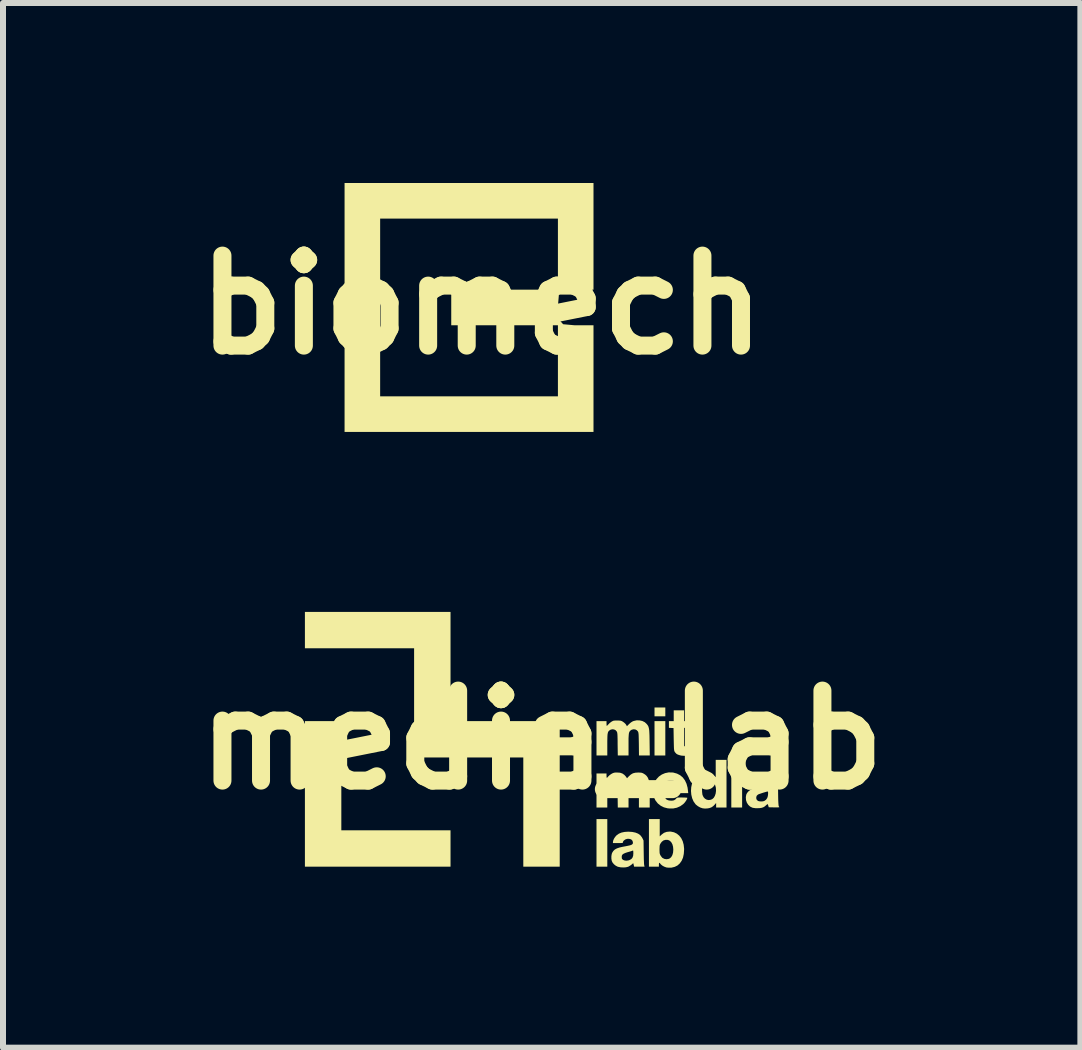
<source format=kicad_pcb>
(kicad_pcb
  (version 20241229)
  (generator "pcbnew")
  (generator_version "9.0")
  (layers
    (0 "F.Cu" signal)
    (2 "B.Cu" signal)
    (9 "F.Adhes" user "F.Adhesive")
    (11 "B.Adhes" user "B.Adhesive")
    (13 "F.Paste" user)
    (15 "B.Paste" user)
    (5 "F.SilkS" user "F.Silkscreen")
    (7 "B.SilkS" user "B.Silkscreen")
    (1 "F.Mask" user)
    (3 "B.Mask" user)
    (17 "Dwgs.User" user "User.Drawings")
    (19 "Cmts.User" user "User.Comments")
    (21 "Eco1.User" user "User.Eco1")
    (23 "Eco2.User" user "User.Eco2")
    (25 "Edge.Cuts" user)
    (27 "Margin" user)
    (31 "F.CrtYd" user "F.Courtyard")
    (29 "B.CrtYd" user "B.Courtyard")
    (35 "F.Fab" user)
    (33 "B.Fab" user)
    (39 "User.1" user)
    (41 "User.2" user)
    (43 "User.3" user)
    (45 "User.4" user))
  (footprint "biomech"
    (layer "F.Cu")
    (at 4.979 2.032)
    (property "Reference" "biomech" (at 0 0 0) (layer "F.SilkS") (effects (font (size 1.5 1.5) (thickness 0.3))))
    (attr board_only exclude_from_pos_files exclude_from_bom)
    (fp_poly (pts (xy 1.863 -1.143) (xy 1.863 -0.254) (xy 1.566 -0.254) (xy 1.368 -0.241) (xy 1.286 -0.167) (xy 1.27 0.02) (xy 1.27 0.042) (xy 1.283 0.241) (xy 1.357 0.322) (xy 1.544 0.339) (xy 1.566 0.339) (xy 1.863 0.339) (xy 1.863 1.228) (xy 1.863 2.117) (xy -0.212 2.117) (xy -2.286 2.117) (xy -2.286 0.042) (xy -2.286 -1.439) (xy -1.693 -1.439) (xy -1.693 0.042) (xy -1.693 1.524) (xy -0.212 1.524) (xy 1.27 1.524) (xy 1.27 0.931) (xy 1.27 0.339) (xy 0.381 0.339) (xy -0.508 0.339) (xy -0.508 0.042) (xy -0.508 -0.254) (xy 0.381 -0.254) (xy 1.27 -0.254) (xy 1.27 -0.847) (xy 1.27 -1.439) (xy -0.212 -1.439) (xy -1.693 -1.439) (xy -2.286 -1.439) (xy -2.286 -2.032) (xy -0.212 -2.032) (xy 1.863 -2.032)) (stroke (width 0) (type solid)) (fill yes) (layer "F.SilkS")))
  (footprint "media_lab"
    (layer "F.Cu")
    (at 5.979 9.282)
    (property "Reference" "media_lab" (at 0 0 0) (layer "F.SilkS") (effects (font (size 1.5 1.5) (thickness 0.3))))
    (attr board_only exclude_from_pos_files exclude_from_bom)
    (fp_poly (pts (xy 1.093 1.717) (xy 1.093 2.113) (xy 1.003 2.113) (xy 0.913 2.113) (xy 0.913 1.717) (xy 0.913 1.32) (xy 1.003 1.32) (xy 1.093 1.32)) (stroke (width 0) (type solid)) (fill yes) (layer "F.SilkS"))
    (fp_poly (pts (xy 2.06 -0.467) (xy 2.06 -0.393) (xy 1.97 -0.393) (xy 1.88 -0.393) (xy 1.88 -0.467) (xy 1.88 -0.54) (xy 1.97 -0.54) (xy 2.06 -0.54)) (stroke (width 0) (type solid)) (fill yes) (layer "F.SilkS"))
    (fp_poly (pts (xy 2.06 -0.027) (xy 2.06 0.26) (xy 1.97 0.26) (xy 1.88 0.26) (xy 1.88 -0.027) (xy 1.88 -0.313) (xy 1.97 -0.313) (xy 2.06 -0.313)) (stroke (width 0) (type solid)) (fill yes) (layer "F.SilkS"))
    (fp_poly (pts (xy 3.34 0.403) (xy 3.34 0.473) (xy 3.25 0.473) (xy 3.16 0.473) (xy 3.16 0.403) (xy 3.16 0.333) (xy 3.25 0.333) (xy 3.34 0.333)) (stroke (width 0) (type solid)) (fill yes) (layer "F.SilkS"))
    (fp_poly (pts (xy 3.34 0.843) (xy 3.34 1.127) (xy 3.25 1.127) (xy 3.16 1.127) (xy 3.16 0.843) (xy 3.16 0.56) (xy 3.25 0.56) (xy 3.34 0.56)) (stroke (width 0) (type solid)) (fill yes) (layer "F.SilkS"))
    (fp_poly (pts (xy -3.34 0.597) (xy -3.34 1.507) (xy -2.43 1.507) (xy -1.52 1.507) (xy -1.52 1.81) (xy -1.52 2.113) (xy -2.733 2.113) (xy -3.947 2.113) (xy -3.947 0.9) (xy -3.947 -0.313) (xy -3.643 -0.313) (xy -3.34 -0.313)) (stroke (width 0) (type solid)) (fill yes) (layer "F.SilkS"))
    (fp_poly (pts (xy -1.52 -1.223) (xy -1.52 -0.313) (xy -0.61 -0.313) (xy 0.3 -0.313) (xy 0.3 0.9) (xy 0.3 2.113) (xy -0.003 2.113) (xy -0.307 2.113) (xy -0.307 1.203) (xy -0.307 0.293) (xy -1.217 0.293) (xy -2.127 0.293) (xy -2.127 -0.617) (xy -2.127 -1.527) (xy -3.037 -1.527) (xy -3.947 -1.527) (xy -3.947 -1.83) (xy -3.947 -2.133) (xy -2.733 -2.133) (xy -1.52 -2.133)) (stroke (width 0) (type solid)) (fill yes) (layer "F.SilkS"))
    (fp_poly (pts (xy 2.373 -0.403) (xy 2.373 -0.313) (xy 2.423 -0.313) (xy 2.473 -0.313) (xy 2.473 -0.257) (xy 2.473 -0.2) (xy 2.423 -0.2) (xy 2.373 -0.2) (xy 2.373 -0.05) (xy 2.373 0.099) (xy 2.391 0.113) (xy 2.412 0.123) (xy 2.441 0.127) (xy 2.473 0.127) (xy 2.473 0.192) (xy 2.473 0.258) (xy 2.448 0.262) (xy 2.411 0.266) (xy 2.369 0.265) (xy 2.328 0.262) (xy 2.302 0.256) (xy 2.268 0.245) (xy 2.243 0.23) (xy 2.225 0.21) (xy 2.218 0.201) (xy 2.214 0.193) (xy 2.21 0.185) (xy 2.208 0.175) (xy 2.206 0.161) (xy 2.204 0.141) (xy 2.203 0.115) (xy 2.202 0.08) (xy 2.201 0.034) (xy 2.2 -0.01) (xy 2.197 -0.197) (xy 2.158 -0.199) (xy 2.12 -0.201) (xy 2.12 -0.257) (xy 2.12 -0.313) (xy 2.16 -0.313) (xy 2.2 -0.313) (xy 2.2 -0.403) (xy 2.2 -0.493) (xy 2.287 -0.493) (xy 2.373 -0.493)) (stroke (width 0) (type solid)) (fill yes) (layer "F.SilkS"))
    (fp_poly (pts (xy 3.08 0.73) (xy 3.08 1.127) (xy 2.993 1.127) (xy 2.907 1.127) (xy 2.907 1.089) (xy 2.907 1.051) (xy 2.88 1.082) (xy 2.86 1.102) (xy 2.837 1.119) (xy 2.824 1.126) (xy 2.793 1.137) (xy 2.756 1.143) (xy 2.716 1.144) (xy 2.681 1.14) (xy 2.642 1.127) (xy 2.603 1.105) (xy 2.57 1.079) (xy 2.562 1.07) (xy 2.53 1.025) (xy 2.507 0.971) (xy 2.493 0.912) (xy 2.488 0.85) (xy 2.489 0.834) (xy 2.672 0.834) (xy 2.673 0.864) (xy 2.676 0.893) (xy 2.679 0.915) (xy 2.68 0.918) (xy 2.697 0.954) (xy 2.721 0.98) (xy 2.751 0.997) (xy 2.785 1.003) (xy 2.82 0.997) (xy 2.844 0.986) (xy 2.868 0.964) (xy 2.886 0.933) (xy 2.899 0.894) (xy 2.905 0.85) (xy 2.903 0.805) (xy 2.901 0.79) (xy 2.888 0.746) (xy 2.867 0.713) (xy 2.839 0.69) (xy 2.805 0.679) (xy 2.786 0.678) (xy 2.752 0.682) (xy 2.723 0.698) (xy 2.7 0.725) (xy 2.691 0.741) (xy 2.681 0.762) (xy 2.676 0.782) (xy 2.673 0.804) (xy 2.672 0.834) (xy 2.489 0.834) (xy 2.492 0.788) (xy 2.505 0.727) (xy 2.525 0.676) (xy 2.555 0.63) (xy 2.591 0.594) (xy 2.632 0.567) (xy 2.678 0.549) (xy 2.724 0.541) (xy 2.771 0.544) (xy 2.816 0.558) (xy 2.858 0.583) (xy 2.866 0.591) (xy 2.9 0.621) (xy 2.9 0.477) (xy 2.9 0.333) (xy 2.99 0.333) (xy 3.08 0.333)) (stroke (width 0) (type solid)) (fill yes) (layer "F.SilkS"))
    (fp_poly (pts (xy 1.967 1.464) (xy 1.967 1.608) (xy 1.999 1.578) (xy 2.038 1.549) (xy 2.082 1.533) (xy 2.132 1.528) (xy 2.153 1.529) (xy 2.205 1.54) (xy 2.252 1.563) (xy 2.292 1.596) (xy 2.325 1.638) (xy 2.35 1.689) (xy 2.366 1.748) (xy 2.373 1.813) (xy 2.373 1.83) (xy 2.368 1.9) (xy 2.355 1.962) (xy 2.332 2.015) (xy 2.301 2.059) (xy 2.263 2.093) (xy 2.217 2.116) (xy 2.164 2.129) (xy 2.149 2.13) (xy 2.115 2.13) (xy 2.083 2.127) (xy 2.072 2.124) (xy 2.04 2.112) (xy 2.01 2.095) (xy 1.986 2.075) (xy 1.976 2.063) (xy 1.965 2.05) (xy 1.958 2.049) (xy 1.954 2.06) (xy 1.953 2.08) (xy 1.953 2.113) (xy 1.87 2.113) (xy 1.787 2.113) (xy 1.787 1.827) (xy 1.963 1.827) (xy 1.964 1.859) (xy 1.965 1.882) (xy 1.968 1.899) (xy 1.974 1.914) (xy 1.98 1.926) (xy 1.994 1.946) (xy 2.008 1.963) (xy 2.014 1.968) (xy 2.046 1.984) (xy 2.082 1.989) (xy 2.117 1.983) (xy 2.134 1.975) (xy 2.158 1.954) (xy 2.177 1.921) (xy 2.189 1.88) (xy 2.193 1.83) (xy 2.193 1.826) (xy 2.189 1.781) (xy 2.178 1.74) (xy 2.16 1.707) (xy 2.136 1.682) (xy 2.109 1.669) (xy 2.103 1.667) (xy 2.063 1.666) (xy 2.029 1.676) (xy 2 1.699) (xy 1.98 1.727) (xy 1.972 1.742) (xy 1.967 1.757) (xy 1.965 1.774) (xy 1.964 1.799) (xy 1.963 1.827) (xy 1.787 1.827) (xy 1.787 1.717) (xy 1.787 1.32) (xy 1.877 1.32) (xy 1.967 1.32)) (stroke (width 0) (type solid)) (fill yes) (layer "F.SilkS"))
    (fp_poly (pts (xy 2.176 0.543) (xy 2.194 0.545) (xy 2.255 0.562) (xy 2.307 0.589) (xy 2.351 0.626) (xy 2.386 0.673) (xy 2.413 0.73) (xy 2.431 0.796) (xy 2.437 0.842) (xy 2.442 0.887) (xy 2.234 0.887) (xy 2.026 0.887) (xy 2.031 0.905) (xy 2.041 0.937) (xy 2.057 0.967) (xy 2.075 0.989) (xy 2.082 0.995) (xy 2.107 1.006) (xy 2.138 1.012) (xy 2.171 1.013) (xy 2.201 1.008) (xy 2.211 1.003) (xy 2.229 0.991) (xy 2.243 0.977) (xy 2.243 0.976) (xy 2.248 0.969) (xy 2.254 0.965) (xy 2.264 0.962) (xy 2.28 0.961) (xy 2.305 0.96) (xy 2.34 0.96) (xy 2.34 0.96) (xy 2.379 0.961) (xy 2.407 0.962) (xy 2.423 0.964) (xy 2.427 0.967) (xy 2.422 0.983) (xy 2.411 1.005) (xy 2.395 1.029) (xy 2.376 1.053) (xy 2.36 1.069) (xy 2.31 1.105) (xy 2.253 1.13) (xy 2.192 1.143) (xy 2.127 1.143) (xy 2.097 1.14) (xy 2.036 1.124) (xy 1.984 1.098) (xy 1.938 1.062) (xy 1.929 1.052) (xy 1.895 1.008) (xy 1.872 0.96) (xy 1.858 0.906) (xy 1.854 0.844) (xy 1.855 0.823) (xy 1.857 0.79) (xy 1.858 0.78) (xy 2.028 0.78) (xy 2.14 0.78) (xy 2.182 0.78) (xy 2.211 0.78) (xy 2.231 0.779) (xy 2.244 0.777) (xy 2.25 0.775) (xy 2.253 0.771) (xy 2.253 0.766) (xy 2.249 0.746) (xy 2.237 0.722) (xy 2.221 0.7) (xy 2.207 0.687) (xy 2.188 0.677) (xy 2.164 0.67) (xy 2.158 0.669) (xy 2.122 0.67) (xy 2.088 0.683) (xy 2.061 0.707) (xy 2.04 0.741) (xy 2.033 0.76) (xy 2.028 0.78) (xy 1.858 0.78) (xy 1.86 0.765) (xy 1.865 0.744) (xy 1.874 0.722) (xy 1.881 0.706) (xy 1.913 0.654) (xy 1.954 0.61) (xy 2.002 0.577) (xy 2.056 0.554) (xy 2.115 0.542)) (stroke (width 0) (type solid)) (fill yes) (layer "F.SilkS"))
    (fp_poly (pts (xy 1.305 0.547) (xy 1.344 0.56) (xy 1.377 0.583) (xy 1.4 0.608) (xy 1.422 0.639) (xy 1.453 0.606) (xy 1.486 0.577) (xy 1.52 0.557) (xy 1.56 0.547) (xy 1.607 0.544) (xy 1.638 0.545) (xy 1.661 0.547) (xy 1.68 0.553) (xy 1.693 0.559) (xy 1.725 0.579) (xy 1.748 0.6) (xy 1.767 0.627) (xy 1.77 0.634) (xy 1.778 0.652) (xy 1.785 0.672) (xy 1.79 0.696) (xy 1.794 0.724) (xy 1.797 0.76) (xy 1.799 0.803) (xy 1.8 0.857) (xy 1.8 0.921) (xy 1.8 0.938) (xy 1.8 1.127) (xy 1.71 1.127) (xy 1.62 1.127) (xy 1.62 0.952) (xy 1.62 0.891) (xy 1.619 0.843) (xy 1.618 0.805) (xy 1.615 0.775) (xy 1.612 0.753) (xy 1.607 0.736) (xy 1.601 0.723) (xy 1.593 0.713) (xy 1.59 0.709) (xy 1.57 0.698) (xy 1.544 0.693) (xy 1.516 0.694) (xy 1.492 0.702) (xy 1.485 0.706) (xy 1.474 0.716) (xy 1.466 0.725) (xy 1.459 0.737) (xy 1.454 0.753) (xy 1.451 0.774) (xy 1.449 0.802) (xy 1.447 0.839) (xy 1.447 0.885) (xy 1.447 0.944) (xy 1.447 0.946) (xy 1.447 1.127) (xy 1.357 1.127) (xy 1.268 1.127) (xy 1.265 0.938) (xy 1.265 0.882) (xy 1.264 0.838) (xy 1.263 0.803) (xy 1.262 0.777) (xy 1.26 0.759) (xy 1.258 0.745) (xy 1.255 0.735) (xy 1.252 0.729) (xy 1.238 0.709) (xy 1.221 0.698) (xy 1.196 0.694) (xy 1.181 0.693) (xy 1.149 0.698) (xy 1.125 0.713) (xy 1.106 0.739) (xy 1.104 0.742) (xy 1.101 0.751) (xy 1.098 0.763) (xy 1.096 0.779) (xy 1.095 0.801) (xy 1.094 0.832) (xy 1.094 0.871) (xy 1.093 0.922) (xy 1.093 0.946) (xy 1.093 1.127) (xy 1.003 1.127) (xy 0.913 1.127) (xy 0.913 0.843) (xy 0.913 0.56) (xy 0.997 0.56) (xy 1.08 0.56) (xy 1.08 0.597) (xy 1.081 0.617) (xy 1.083 0.63) (xy 1.084 0.633) (xy 1.091 0.629) (xy 1.103 0.617) (xy 1.11 0.608) (xy 1.129 0.59) (xy 1.153 0.572) (xy 1.168 0.563) (xy 1.188 0.553) (xy 1.207 0.547) (xy 1.229 0.544) (xy 1.257 0.544)) (stroke (width 0) (type solid)) (fill yes) (layer "F.SilkS"))
    (fp_poly (pts (xy 1.631 -0.325) (xy 1.677 -0.315) (xy 1.717 -0.295) (xy 1.745 -0.27) (xy 1.758 -0.255) (xy 1.769 -0.24) (xy 1.777 -0.225) (xy 1.783 -0.206) (xy 1.788 -0.184) (xy 1.792 -0.157) (xy 1.794 -0.122) (xy 1.796 -0.078) (xy 1.797 -0.025) (xy 1.798 0.041) (xy 1.798 0.045) (xy 1.801 0.26) (xy 1.711 0.26) (xy 1.621 0.26) (xy 1.619 0.072) (xy 1.618 0.016) (xy 1.617 -0.029) (xy 1.616 -0.063) (xy 1.615 -0.089) (xy 1.613 -0.107) (xy 1.611 -0.121) (xy 1.608 -0.131) (xy 1.605 -0.139) (xy 1.605 -0.139) (xy 1.585 -0.161) (xy 1.56 -0.174) (xy 1.53 -0.177) (xy 1.501 -0.17) (xy 1.483 -0.159) (xy 1.473 -0.15) (xy 1.465 -0.14) (xy 1.459 -0.128) (xy 1.454 -0.113) (xy 1.451 -0.091) (xy 1.449 -0.063) (xy 1.447 -0.026) (xy 1.447 0.021) (xy 1.447 0.08) (xy 1.447 0.26) (xy 1.357 0.26) (xy 1.268 0.26) (xy 1.265 0.072) (xy 1.265 0.016) (xy 1.264 -0.029) (xy 1.263 -0.063) (xy 1.262 -0.089) (xy 1.26 -0.107) (xy 1.258 -0.121) (xy 1.255 -0.131) (xy 1.251 -0.139) (xy 1.251 -0.139) (xy 1.232 -0.161) (xy 1.206 -0.174) (xy 1.177 -0.177) (xy 1.148 -0.17) (xy 1.13 -0.159) (xy 1.12 -0.15) (xy 1.111 -0.14) (xy 1.105 -0.128) (xy 1.101 -0.113) (xy 1.097 -0.091) (xy 1.095 -0.063) (xy 1.094 -0.026) (xy 1.093 0.021) (xy 1.093 0.08) (xy 1.093 0.26) (xy 1.003 0.26) (xy 0.913 0.26) (xy 0.913 -0.027) (xy 0.913 -0.313) (xy 0.997 -0.313) (xy 1.08 -0.313) (xy 1.08 -0.273) (xy 1.081 -0.252) (xy 1.082 -0.238) (xy 1.084 -0.233) (xy 1.091 -0.238) (xy 1.103 -0.25) (xy 1.112 -0.26) (xy 1.132 -0.28) (xy 1.156 -0.299) (xy 1.166 -0.305) (xy 1.182 -0.314) (xy 1.198 -0.32) (xy 1.217 -0.322) (xy 1.243 -0.323) (xy 1.257 -0.323) (xy 1.291 -0.322) (xy 1.315 -0.32) (xy 1.333 -0.314) (xy 1.34 -0.311) (xy 1.371 -0.29) (xy 1.397 -0.266) (xy 1.411 -0.245) (xy 1.42 -0.228) (xy 1.458 -0.266) (xy 1.486 -0.29) (xy 1.511 -0.306) (xy 1.532 -0.315) (xy 1.582 -0.326)) (stroke (width 0) (type solid)) (fill yes) (layer "F.SilkS"))
    (fp_poly (pts (xy 1.443 1.53) (xy 1.508 1.534) (xy 1.562 1.545) (xy 1.607 1.563) (xy 1.642 1.588) (xy 1.669 1.622) (xy 1.678 1.638) (xy 1.697 1.677) (xy 1.7 1.884) (xy 1.701 1.945) (xy 1.702 1.994) (xy 1.704 2.033) (xy 1.705 2.061) (xy 1.707 2.082) (xy 1.709 2.095) (xy 1.712 2.102) (xy 1.712 2.102) (xy 1.715 2.107) (xy 1.713 2.11) (xy 1.706 2.112) (xy 1.69 2.113) (xy 1.664 2.113) (xy 1.631 2.113) (xy 1.54 2.113) (xy 1.533 2.083) (xy 1.525 2.054) (xy 1.496 2.08) (xy 1.473 2.096) (xy 1.448 2.111) (xy 1.435 2.116) (xy 1.4 2.124) (xy 1.358 2.126) (xy 1.315 2.124) (xy 1.276 2.116) (xy 1.267 2.114) (xy 1.234 2.097) (xy 1.204 2.073) (xy 1.18 2.044) (xy 1.167 2.016) (xy 1.161 1.978) (xy 1.161 1.949) (xy 1.333 1.949) (xy 1.335 1.968) (xy 1.337 1.982) (xy 1.338 1.984) (xy 1.358 2.001) (xy 1.386 2.011) (xy 1.418 2.013) (xy 1.452 2.007) (xy 1.473 1.998) (xy 1.498 1.982) (xy 1.514 1.96) (xy 1.524 1.931) (xy 1.527 1.892) (xy 1.527 1.888) (xy 1.526 1.863) (xy 1.525 1.849) (xy 1.522 1.844) (xy 1.517 1.845) (xy 1.515 1.846) (xy 1.504 1.85) (xy 1.483 1.857) (xy 1.456 1.865) (xy 1.437 1.87) (xy 1.397 1.883) (xy 1.367 1.896) (xy 1.348 1.909) (xy 1.337 1.925) (xy 1.334 1.944) (xy 1.333 1.949) (xy 1.161 1.949) (xy 1.161 1.938) (xy 1.167 1.902) (xy 1.174 1.882) (xy 1.193 1.852) (xy 1.219 1.827) (xy 1.254 1.808) (xy 1.299 1.793) (xy 1.343 1.783) (xy 1.396 1.773) (xy 1.437 1.765) (xy 1.468 1.758) (xy 1.491 1.751) (xy 1.505 1.743) (xy 1.514 1.735) (xy 1.519 1.726) (xy 1.52 1.714) (xy 1.52 1.71) (xy 1.514 1.684) (xy 1.498 1.664) (xy 1.473 1.652) (xy 1.441 1.648) (xy 1.423 1.65) (xy 1.399 1.657) (xy 1.377 1.671) (xy 1.36 1.687) (xy 1.353 1.705) (xy 1.353 1.706) (xy 1.353 1.712) (xy 1.349 1.716) (xy 1.341 1.718) (xy 1.326 1.719) (xy 1.301 1.72) (xy 1.27 1.72) (xy 1.187 1.72) (xy 1.187 1.702) (xy 1.192 1.676) (xy 1.205 1.646) (xy 1.224 1.617) (xy 1.246 1.592) (xy 1.248 1.59) (xy 1.286 1.563) (xy 1.329 1.545) (xy 1.38 1.534) (xy 1.44 1.53)) (stroke (width 0) (type solid)) (fill yes) (layer "F.SilkS"))
    (fp_poly (pts (xy 3.743 0.545) (xy 3.8 0.557) (xy 3.847 0.575) (xy 3.883 0.601) (xy 3.911 0.634) (xy 3.921 0.652) (xy 3.926 0.661) (xy 3.929 0.671) (xy 3.932 0.682) (xy 3.934 0.696) (xy 3.936 0.715) (xy 3.937 0.741) (xy 3.938 0.775) (xy 3.939 0.818) (xy 3.94 0.873) (xy 3.94 0.891) (xy 3.941 0.955) (xy 3.942 1.005) (xy 3.944 1.045) (xy 3.946 1.074) (xy 3.948 1.093) (xy 3.95 1.105) (xy 3.952 1.108) (xy 3.959 1.118) (xy 3.96 1.122) (xy 3.954 1.123) (xy 3.937 1.125) (xy 3.911 1.125) (xy 3.88 1.125) (xy 3.872 1.125) (xy 3.784 1.123) (xy 3.778 1.103) (xy 3.773 1.086) (xy 3.769 1.074) (xy 3.764 1.071) (xy 3.754 1.077) (xy 3.741 1.088) (xy 3.717 1.109) (xy 3.693 1.123) (xy 3.667 1.132) (xy 3.634 1.137) (xy 3.607 1.138) (xy 3.561 1.138) (xy 3.525 1.133) (xy 3.511 1.13) (xy 3.473 1.111) (xy 3.442 1.082) (xy 3.419 1.046) (xy 3.405 1.004) (xy 3.402 0.959) (xy 3.402 0.952) (xy 3.576 0.952) (xy 3.576 0.977) (xy 3.585 1) (xy 3.605 1.017) (xy 3.607 1.018) (xy 3.629 1.024) (xy 3.658 1.026) (xy 3.687 1.024) (xy 3.709 1.018) (xy 3.738 0.998) (xy 3.758 0.97) (xy 3.766 0.947) (xy 3.771 0.921) (xy 3.773 0.897) (xy 3.773 0.876) (xy 3.77 0.863) (xy 3.767 0.86) (xy 3.754 0.862) (xy 3.733 0.868) (xy 3.705 0.876) (xy 3.676 0.885) (xy 3.647 0.895) (xy 3.623 0.903) (xy 3.607 0.91) (xy 3.605 0.911) (xy 3.585 0.929) (xy 3.576 0.952) (xy 3.402 0.952) (xy 3.403 0.948) (xy 3.409 0.913) (xy 3.422 0.886) (xy 3.443 0.861) (xy 3.452 0.852) (xy 3.479 0.832) (xy 3.512 0.817) (xy 3.553 0.804) (xy 3.606 0.793) (xy 3.62 0.79) (xy 3.664 0.783) (xy 3.697 0.777) (xy 3.721 0.77) (xy 3.738 0.764) (xy 3.749 0.757) (xy 3.754 0.753) (xy 3.765 0.734) (xy 3.764 0.712) (xy 3.75 0.688) (xy 3.747 0.685) (xy 3.735 0.673) (xy 3.723 0.667) (xy 3.707 0.664) (xy 3.688 0.664) (xy 3.652 0.667) (xy 3.625 0.68) (xy 3.606 0.701) (xy 3.6 0.712) (xy 3.59 0.733) (xy 3.508 0.733) (xy 3.425 0.733) (xy 3.43 0.708) (xy 3.439 0.678) (xy 3.455 0.646) (xy 3.475 0.617) (xy 3.49 0.602) (xy 3.53 0.576) (xy 3.579 0.557) (xy 3.635 0.545) (xy 3.695 0.542)) (stroke (width 0) (type solid)) (fill yes) (layer "F.SilkS")))
  (gr_rect
    (start -3 -3)
    (end 14.957 14.412)
    (stroke (width 0.1) (type default))
    (fill no)
    (layer "Edge.Cuts")))
</source>
